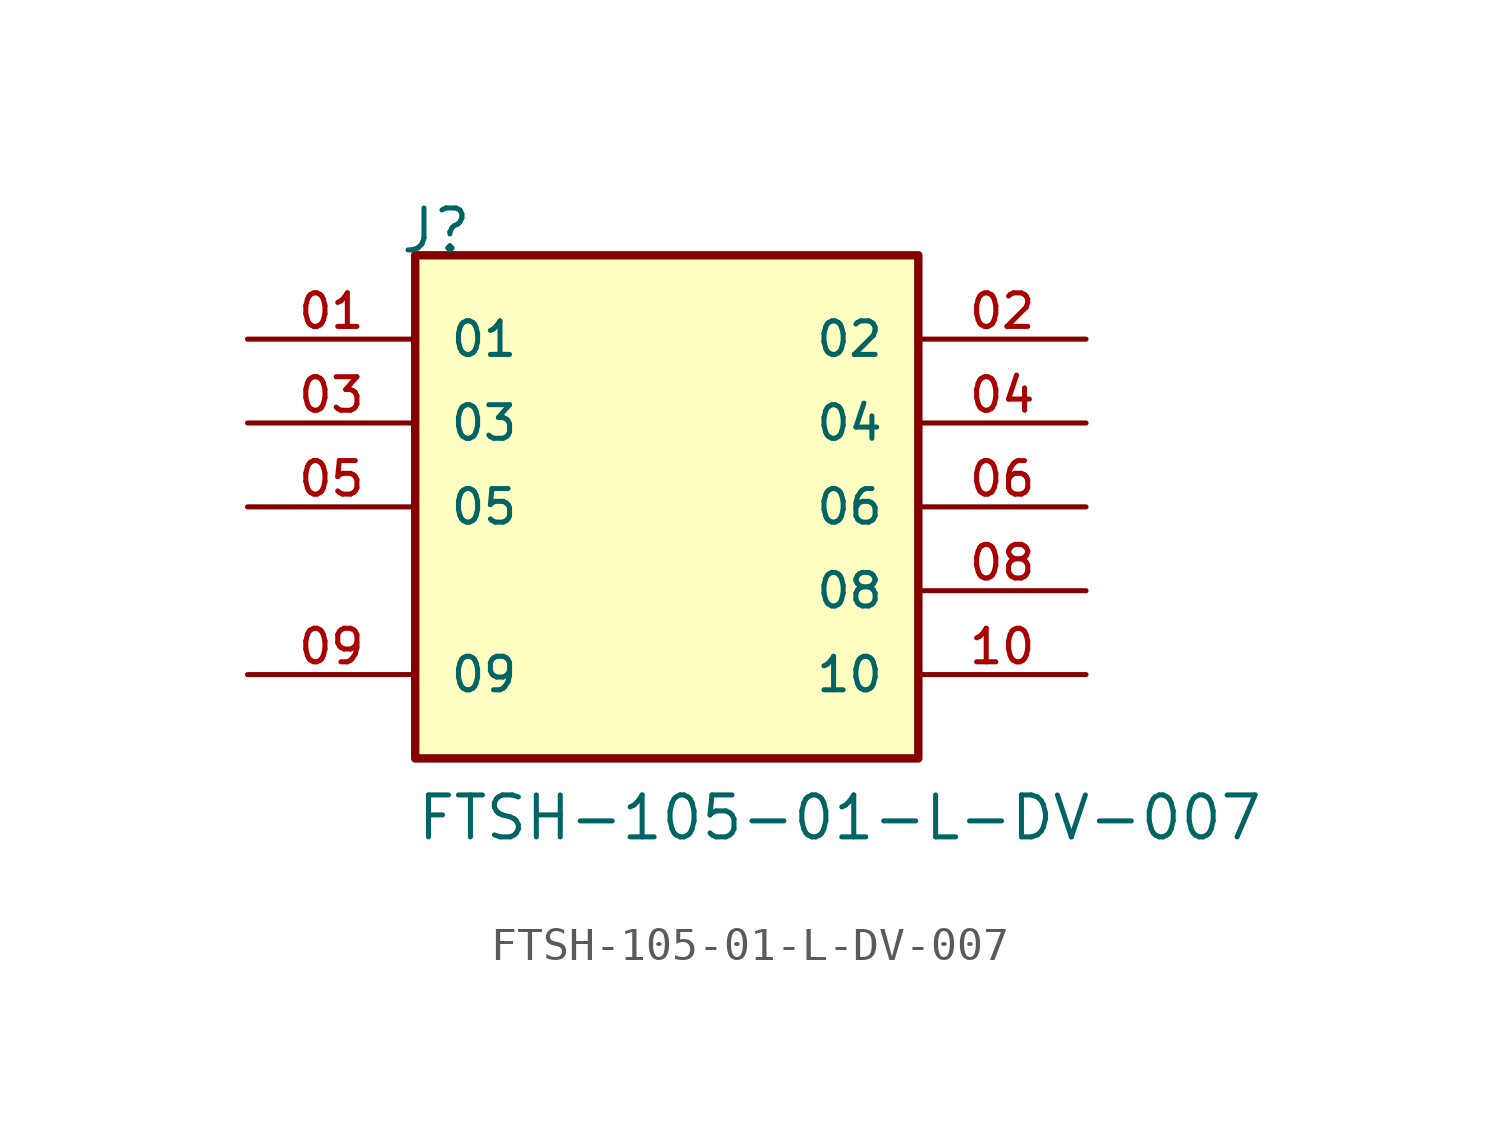
<source format=kicad_sym>
(kicad_symbol_lib
  (version 20220914)
  (generator kicad_symbol_editor)
  (symbol "FTSH-105-01-L-DV-007"
    (pin_names
      (offset 1.016))
    (property "Reference" "J"
      (at -8.12 7.62 0)
      (effects (font (size 1.27 1.27)) (justify left bottom)))
    (property "Value" "FTSH-105-01-L-DV-007"
      (at -7.62 -10.16 0)
      (effects (font (size 1.27 1.27)) (justify left bottom)))
    (symbol "FTSH-105-01-L-DV-007_0_0"
      (rectangle (start -7.62 -7.62) (end 7.62 7.62) (stroke (width 0.254) (type default)) (fill (type background)))
      (pin passive line (at -12.7 5.08 0) (length 5.08) (name "01" (effects (font (size 1.016 1.016)))) (number "01" (effects (font (size 1.016 1.016)))))
      (pin passive line (at 12.7 5.08 180) (length 5.08) (name "02" (effects (font (size 1.016 1.016)))) (number "02" (effects (font (size 1.016 1.016)))))
      (pin passive line (at -12.7 2.54 0) (length 5.08) (name "03" (effects (font (size 1.016 1.016)))) (number "03" (effects (font (size 1.016 1.016)))))
      (pin passive line (at 12.7 2.54 180) (length 5.08) (name "04" (effects (font (size 1.016 1.016)))) (number "04" (effects (font (size 1.016 1.016)))))
      (pin passive line (at -12.7 0 0) (length 5.08) (name "05" (effects (font (size 1.016 1.016)))) (number "05" (effects (font (size 1.016 1.016)))))
      (pin passive line (at 12.7 0 180) (length 5.08) (name "06" (effects (font (size 1.016 1.016)))) (number "06" (effects (font (size 1.016 1.016)))))
      (pin passive line (at 12.7 -2.54 180) (length 5.08) (name "08" (effects (font (size 1.016 1.016)))) (number "08" (effects (font (size 1.016 1.016)))))
      (pin passive line (at -12.7 -5.08 0) (length 5.08) (name "09" (effects (font (size 1.016 1.016)))) (number "09" (effects (font (size 1.016 1.016)))))
      (pin passive line (at 12.7 -5.08 180) (length 5.08) (name "10" (effects (font (size 1.016 1.016)))) (number "10" (effects (font (size 1.016 1.016))))))))
</source>
